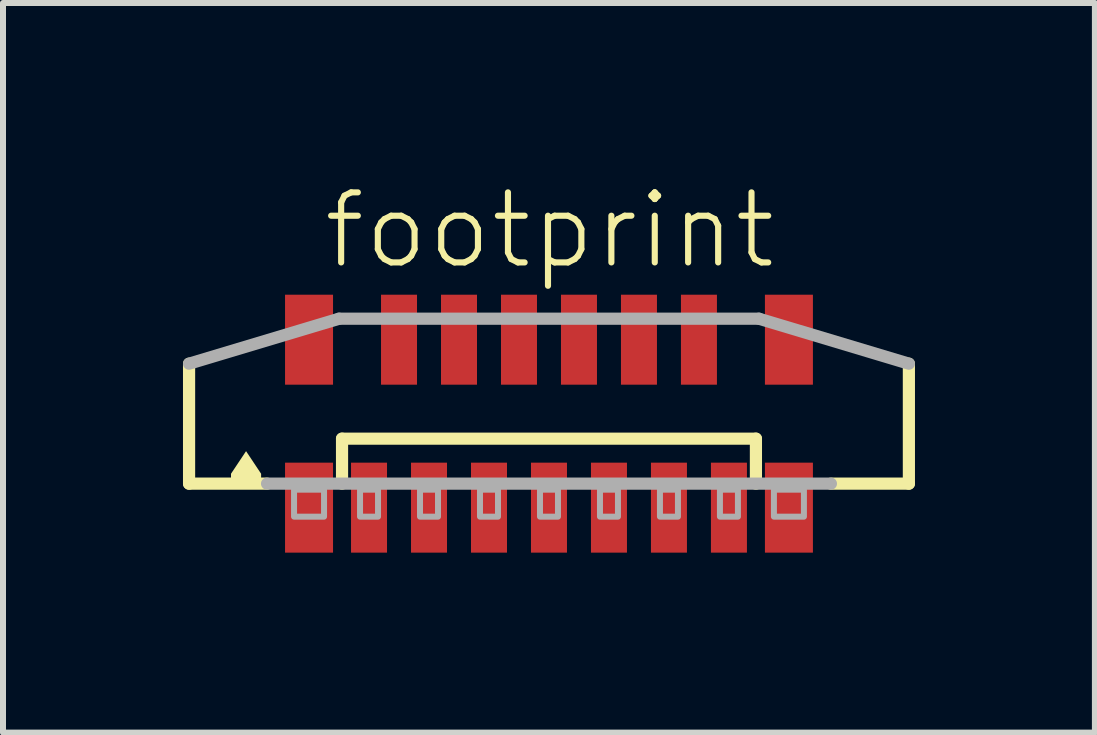
<source format=kicad_pcb>
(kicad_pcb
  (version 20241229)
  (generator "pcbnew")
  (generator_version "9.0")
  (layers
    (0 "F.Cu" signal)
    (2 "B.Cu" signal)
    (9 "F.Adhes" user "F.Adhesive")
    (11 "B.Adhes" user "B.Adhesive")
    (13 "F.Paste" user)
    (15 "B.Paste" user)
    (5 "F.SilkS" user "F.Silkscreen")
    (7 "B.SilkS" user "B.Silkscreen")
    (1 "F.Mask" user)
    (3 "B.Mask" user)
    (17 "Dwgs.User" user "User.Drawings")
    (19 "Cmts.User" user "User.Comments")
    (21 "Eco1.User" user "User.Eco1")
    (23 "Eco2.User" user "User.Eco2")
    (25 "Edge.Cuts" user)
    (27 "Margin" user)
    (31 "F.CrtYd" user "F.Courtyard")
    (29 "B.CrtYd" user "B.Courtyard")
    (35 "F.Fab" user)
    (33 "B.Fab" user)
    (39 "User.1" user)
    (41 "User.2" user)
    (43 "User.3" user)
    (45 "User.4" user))
  (footprint "footprint"
    (layer "F.Cu")
    (at 6.102 4.013)
    (property "Reference" "footprint" (at -3.81 -2.54 0) (layer "F.SilkS") (effects (font (size 1.168 1.168) (thickness 0.102)) (justify left bottom)))
    (fp_line (start -6 1) (end -6 -1) (stroke (width 0.203) (type solid)) (layer "F.SilkS"))
    (fp_line (start -4.7 1) (end -6 1) (stroke (width 0.203) (type solid)) (layer "F.SilkS"))
    (fp_line (start -3.45 0.25) (end 3.45 0.25) (stroke (width 0.203) (type solid)) (layer "F.SilkS"))
    (fp_line (start -3.45 1) (end -3.45 0.25) (stroke (width 0.203) (type solid)) (layer "F.SilkS"))
    (fp_line (start 3.45 0.25) (end 3.45 1) (stroke (width 0.203) (type solid)) (layer "F.SilkS"))
    (fp_line (start 6 -1) (end 6 1) (stroke (width 0.203) (type solid)) (layer "F.SilkS"))
    (fp_line (start 6 1) (end 4.7 1) (stroke (width 0.203) (type solid)) (layer "F.SilkS"))
    (fp_poly (pts (xy -4.799 0.835) (xy -4.799 1.001) (xy -5.301 1.001) (xy -5.301 0.835) (xy -5.05 0.458)) (stroke (width 0) (type solid)) (fill yes) (layer "F.SilkS"))
    (fp_line (start -6 -1) (end -3.5 -1.75) (stroke (width 0.203) (type solid)) (layer "F.Fab"))
    (fp_line (start -3.5 -1.75) (end 3.5 -1.75) (stroke (width 0.203) (type solid)) (layer "F.Fab"))
    (fp_line (start 3.5 -1.75) (end 6 -1) (stroke (width 0.203) (type solid)) (layer "F.Fab"))
    (fp_line (start 4.7 1) (end -4.7 1) (stroke (width 0.203) (type solid)) (layer "F.Fab"))
    (fp_poly (pts (xy -4.25 1.55) (xy -3.75 1.55) (xy -3.75 1.1) (xy -4.25 1.1)) (stroke (width 0.1) (type solid)) (fill no) (layer "F.Fab"))
    (fp_poly (pts (xy -3.15 1.55) (xy -2.85 1.55) (xy -2.85 1.1) (xy -3.15 1.1)) (stroke (width 0.1) (type solid)) (fill no) (layer "F.Fab"))
    (fp_poly (pts (xy -2.15 1.55) (xy -1.85 1.55) (xy -1.85 1.1) (xy -2.15 1.1)) (stroke (width 0.1) (type solid)) (fill no) (layer "F.Fab"))
    (fp_poly (pts (xy -1.15 1.55) (xy -0.85 1.55) (xy -0.85 1.1) (xy -1.15 1.1)) (stroke (width 0.1) (type solid)) (fill no) (layer "F.Fab"))
    (fp_poly (pts (xy -0.15 1.55) (xy 0.15 1.55) (xy 0.15 1.1) (xy -0.15 1.1)) (stroke (width 0.1) (type solid)) (fill no) (layer "F.Fab"))
    (fp_poly (pts (xy 0.85 1.55) (xy 1.15 1.55) (xy 1.15 1.1) (xy 0.85 1.1)) (stroke (width 0.1) (type solid)) (fill no) (layer "F.Fab"))
    (fp_poly (pts (xy 1.85 1.55) (xy 2.15 1.55) (xy 2.15 1.1) (xy 1.85 1.1)) (stroke (width 0.1) (type solid)) (fill no) (layer "F.Fab"))
    (fp_poly (pts (xy 2.85 1.55) (xy 3.15 1.55) (xy 3.15 1.1) (xy 2.85 1.1)) (stroke (width 0.1) (type solid)) (fill no) (layer "F.Fab"))
    (fp_poly (pts (xy 3.75 1.55) (xy 4.25 1.55) (xy 4.25 1.1) (xy 3.75 1.1)) (stroke (width 0.1) (type solid)) (fill no) (layer "F.Fab"))
    (pad "1" smd rect (at -3 1.4) (size 0.6 1.5) (layers "F.Cu" "F.Mask" "F.Paste"))
    (pad "2" smd rect (at -2.5 -1.4 180) (size 0.6 1.5) (layers "F.Cu" "F.Mask" "F.Paste"))
    (pad "3" smd rect (at -2 1.4) (size 0.6 1.5) (layers "F.Cu" "F.Mask" "F.Paste"))
    (pad "4" smd rect (at -1.5 -1.4 180) (size 0.6 1.5) (layers "F.Cu" "F.Mask" "F.Paste"))
    (pad "5" smd rect (at -1 1.4) (size 0.6 1.5) (layers "F.Cu" "F.Mask" "F.Paste"))
    (pad "6" smd rect (at -0.5 -1.4 180) (size 0.6 1.5) (layers "F.Cu" "F.Mask" "F.Paste"))
    (pad "7" smd rect (at 0 1.4) (size 0.6 1.5) (layers "F.Cu" "F.Mask" "F.Paste"))
    (pad "8" smd rect (at 0.5 -1.4 180) (size 0.6 1.5) (layers "F.Cu" "F.Mask" "F.Paste"))
    (pad "9" smd rect (at 1 1.4) (size 0.6 1.5) (layers "F.Cu" "F.Mask" "F.Paste"))
    (pad "10" smd rect (at 1.5 -1.4 180) (size 0.6 1.5) (layers "F.Cu" "F.Mask" "F.Paste"))
    (pad "11" smd rect (at 2 1.4) (size 0.6 1.5) (layers "F.Cu" "F.Mask" "F.Paste"))
    (pad "12" smd rect (at 2.5 -1.4 180) (size 0.6 1.5) (layers "F.Cu" "F.Mask" "F.Paste"))
    (pad "13" smd rect (at 3 1.4) (size 0.6 1.5) (layers "F.Cu" "F.Mask" "F.Paste"))
    (pad "M1" smd rect (at -4 1.4) (size 0.8 1.5) (layers "F.Cu" "F.Mask" "F.Paste"))
    (pad "M2" smd rect (at 4 1.4) (size 0.8 1.5) (layers "F.Cu" "F.Mask" "F.Paste"))
    (pad "M3" smd rect (at 4 -1.4 180) (size 0.8 1.5) (layers "F.Cu" "F.Mask" "F.Paste"))
    (pad "M4" smd rect (at -4 -1.4 180) (size 0.8 1.5) (layers "F.Cu" "F.Mask" "F.Paste")))
  (gr_rect
    (start -3 -3)
    (end 15.203 9.163)
    (stroke (width 0.1) (type default))
    (fill no)
    (layer "Edge.Cuts")))
</source>
